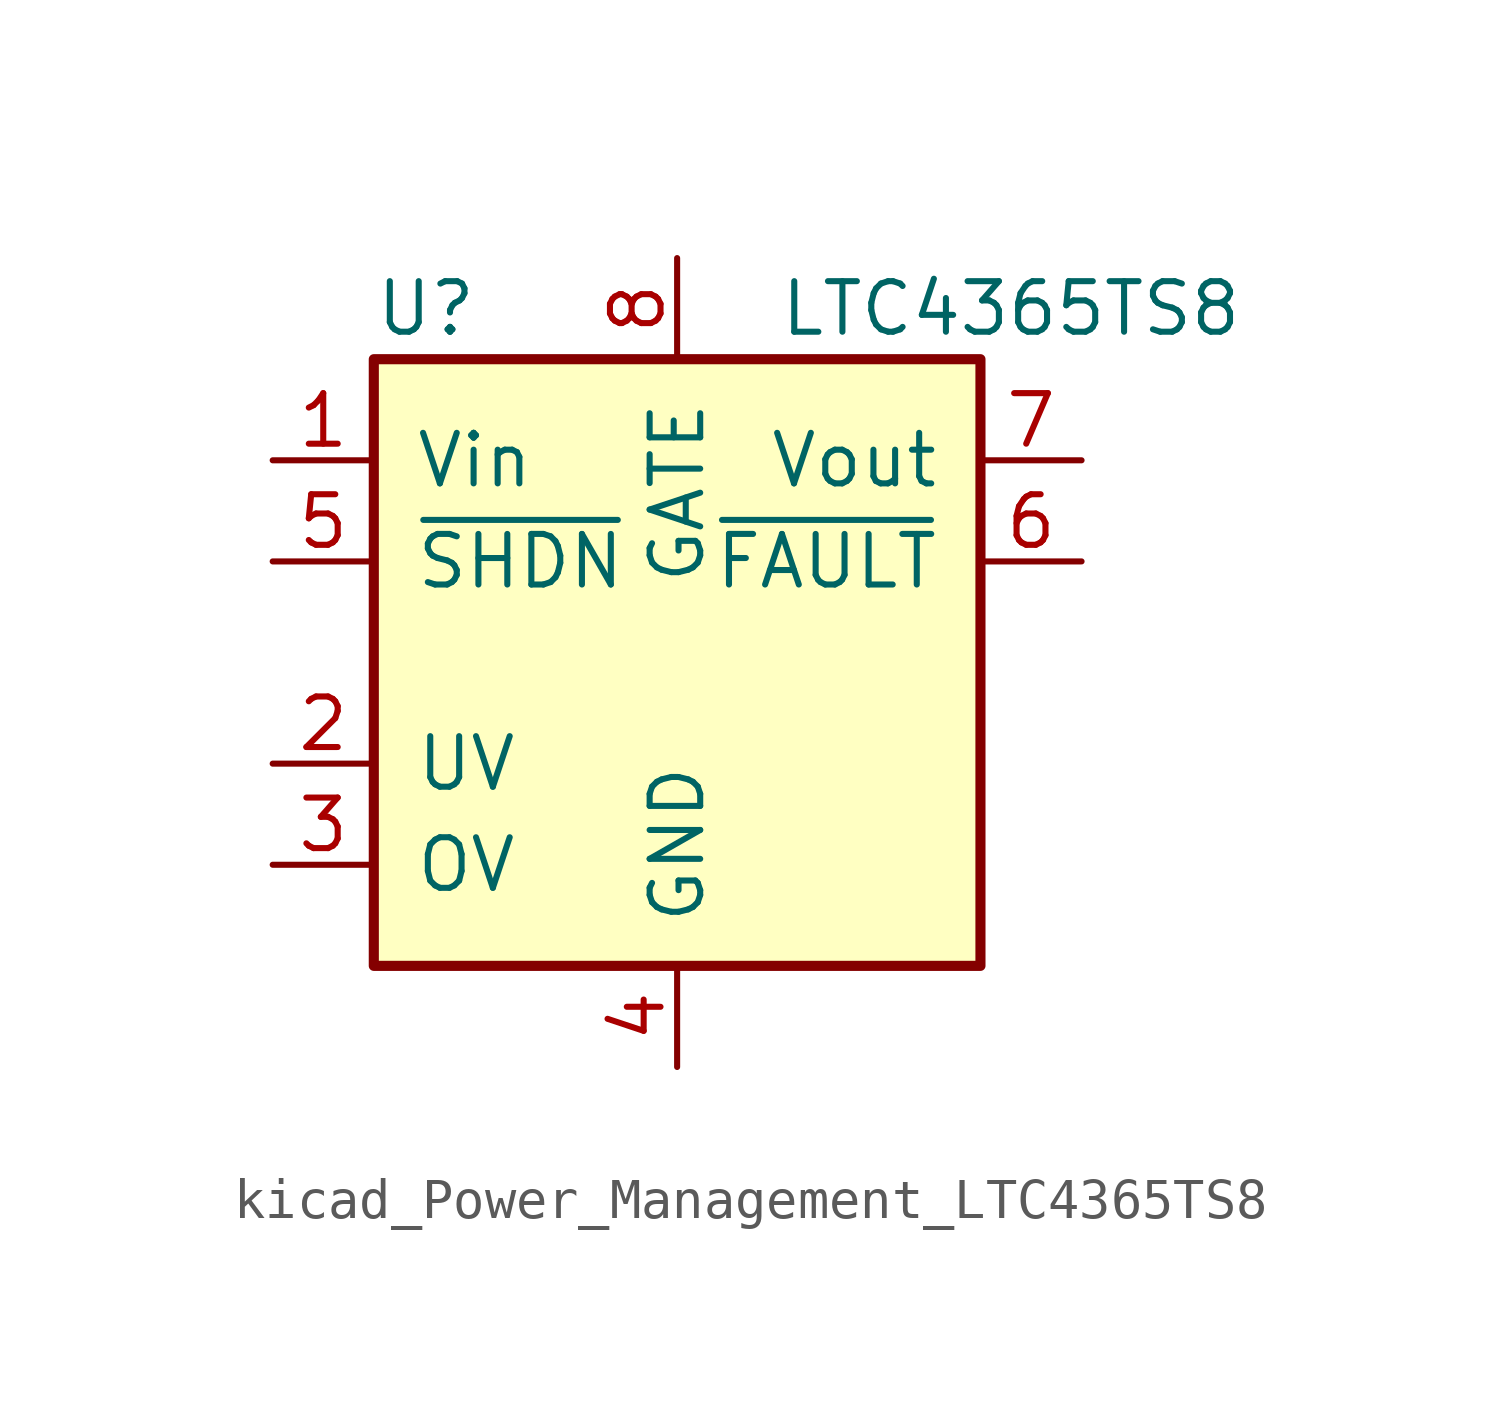
<source format=kicad_sym>
(kicad_symbol_lib
  (version 20220914)
  (generator kicad_symbol_editor)
  (symbol "kicad_Power_Management_LTC4365TS8"
    (pin_names
      (offset 1.016))
    (property "Reference" "U"
      (at -7.62 8.89 0)
      (effects (font (size 1.27 1.27)) (justify left)))
    (property "Value" "LTC4365TS8"
      (at 2.54 8.89 0)
      (effects (font (size 1.27 1.27)) (justify left)))
    (symbol "kicad_Power_Management_LTC4365TS8_0_1"
      (rectangle (start -7.62 7.62) (end 7.62 -7.62) (stroke (width 0.254) (type default)) (fill (type background))))
    (symbol "kicad_Power_Management_LTC4365TS8_1_1"
      (pin power_in line (at -10.16 5.08 0) (length 2.54) (name "Vin" (effects (font (size 1.27 1.27)))) (number "1" (effects (font (size 1.27 1.27)))))
      (pin input line (at -10.16 -2.54 0) (length 2.54) (name "UV" (effects (font (size 1.27 1.27)))) (number "2" (effects (font (size 1.27 1.27)))))
      (pin input line (at -10.16 -5.08 0) (length 2.54) (name "OV" (effects (font (size 1.27 1.27)))) (number "3" (effects (font (size 1.27 1.27)))))
      (pin power_in line (at 0 -10.16 90) (length 2.54) (name "GND" (effects (font (size 1.27 1.27)))) (number "4" (effects (font (size 1.27 1.27)))))
      (pin input line (at -10.16 2.54 0) (length 2.54) (name "~{SHDN}" (effects (font (size 1.27 1.27)))) (number "5" (effects (font (size 1.27 1.27)))))
      (pin open_collector line (at 10.16 2.54 180) (length 2.54) (name "~{FAULT}" (effects (font (size 1.27 1.27)))) (number "6" (effects (font (size 1.27 1.27)))))
      (pin input line (at 10.16 5.08 180) (length 2.54) (name "Vout" (effects (font (size 1.27 1.27)))) (number "7" (effects (font (size 1.27 1.27)))))
      (pin output line (at 0 10.16 270) (length 2.54) (name "GATE" (effects (font (size 1.27 1.27)))) (number "8" (effects (font (size 1.27 1.27))))))))
</source>
